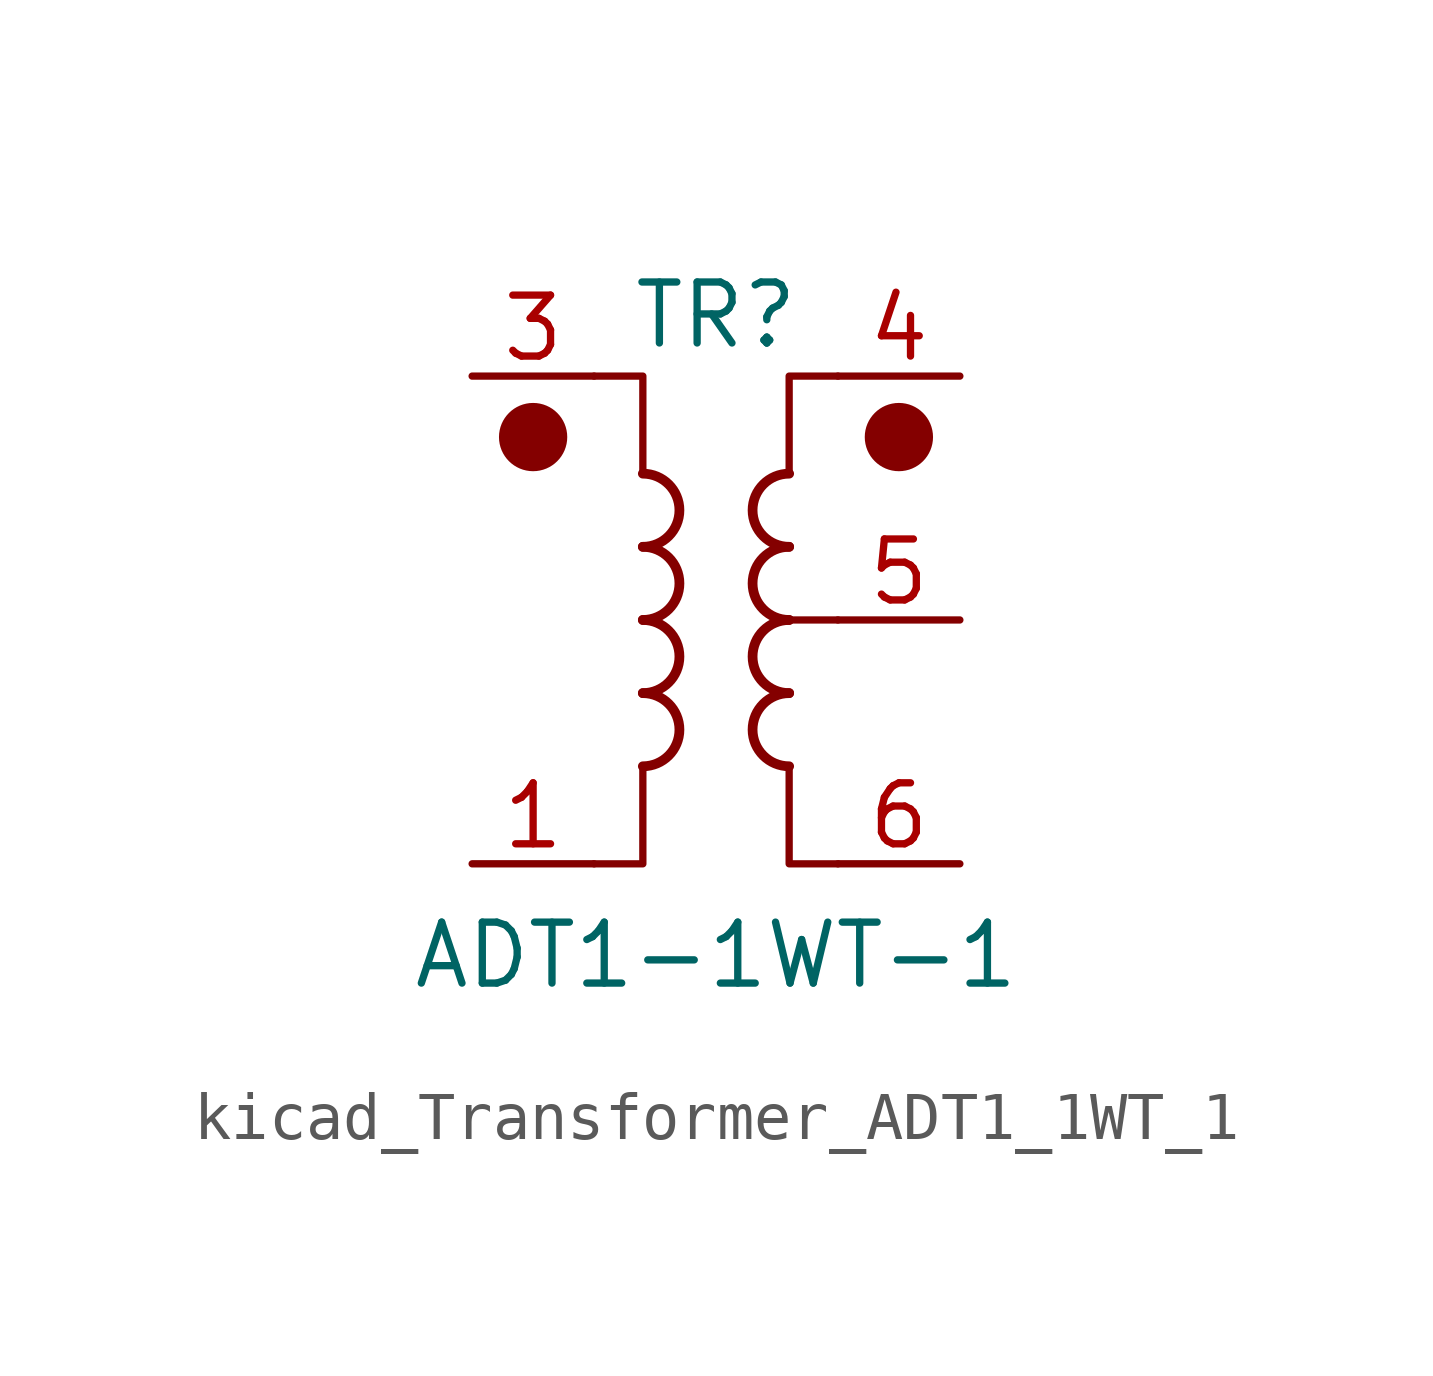
<source format=kicad_sym>
(kicad_symbol_lib
  (version 20220914)
  (generator kicad_symbol_editor)
  (symbol "kicad_Transformer_ADT1_1WT_1"
    (pin_names hide)
    (property "Reference" "TR"
      (at 0 6.35 0)
      (effects (font (size 1.27 1.27))))
    (property "Value" "ADT1-1WT-1"
      (at 0 -6.985 0)
      (effects (font (size 1.27 1.27))))
    (symbol "kicad_Transformer_ADT1_1WT_1_0_1"
      (circle (center -3.81 3.81) (radius 0.635) (stroke (width 0) (type default)) (fill (type outline)))
      (arc (start -1.524 -3.048) (mid -0.7653 -2.286) (end -1.524 -1.524) (stroke (width 0.2032) (type default)) (fill (type none)))
      (arc (start -1.524 -1.524) (mid -0.7653 -0.762) (end -1.524 0) (stroke (width 0.2032) (type default)) (fill (type none)))
      (arc (start -1.524 0) (mid -0.7653 0.762) (end -1.524 1.524) (stroke (width 0.2032) (type default)) (fill (type none)))
      (arc (start -1.524 1.524) (mid -0.7653 2.286) (end -1.524 3.048) (stroke (width 0.2032) (type default)) (fill (type none)))
      (polyline (pts (xy 2.54 0) (xy 1.27 0)) (stroke (width 0.152) (type default)) (fill (type none)))
      (polyline (pts (xy -2.54 5.08) (xy -1.524 5.08) (xy -1.524 3.048)) (stroke (width 0.152) (type default)) (fill (type none)))
      (polyline (pts (xy -1.524 -3.048) (xy -1.524 -5.08) (xy -2.54 -5.08)) (stroke (width 0.152) (type default)) (fill (type none)))
      (polyline (pts (xy 1.524 3.048) (xy 1.524 5.08) (xy 2.54 5.08)) (stroke (width 0.152) (type default)) (fill (type none)))
      (polyline (pts (xy 2.54 -5.08) (xy 1.524 -5.08) (xy 1.524 -3.048)) (stroke (width 0.152) (type default)) (fill (type none)))
      (arc (start 1.524 -1.524) (mid 0.7653 -2.286) (end 1.524 -3.048) (stroke (width 0.2032) (type default)) (fill (type none)))
      (arc (start 1.524 0) (mid 0.7653 -0.762) (end 1.524 -1.524) (stroke (width 0.2032) (type default)) (fill (type none)))
      (arc (start 1.524 1.524) (mid 0.7653 0.762) (end 1.524 0) (stroke (width 0.2032) (type default)) (fill (type none)))
      (arc (start 1.524 3.048) (mid 0.7653 2.286) (end 1.524 1.524) (stroke (width 0.2032) (type default)) (fill (type none)))
      (circle (center 3.81 3.81) (radius 0.635) (stroke (width 0) (type default)) (fill (type outline))))
    (symbol "kicad_Transformer_ADT1_1WT_1_1_1"
      (pin passive line (at -5.08 -5.08 0) (length 2.54) (name "~" (effects (font (size 1.27 1.27)))) (number "1" (effects (font (size 1.27 1.27)))))
      (pin no_connect line (at -2.54 0 0) (length 2.54) hide (name "~" (effects (font (size 1.27 1.27)))) (number "2" (effects (font (size 1.27 1.27)))))
      (pin passive line (at -5.08 5.08 0) (length 2.54) (name "~" (effects (font (size 1.27 1.27)))) (number "3" (effects (font (size 1.27 1.27)))))
      (pin passive line (at 5.08 5.08 180) (length 2.54) (name "~" (effects (font (size 1.27 1.27)))) (number "4" (effects (font (size 1.27 1.27)))))
      (pin passive line (at 5.08 0 180) (length 2.54) (name "~" (effects (font (size 1.27 1.27)))) (number "5" (effects (font (size 1.27 1.27)))))
      (pin passive line (at 5.08 -5.08 180) (length 2.54) (name "~" (effects (font (size 1.27 1.27)))) (number "6" (effects (font (size 1.27 1.27))))))))
</source>
